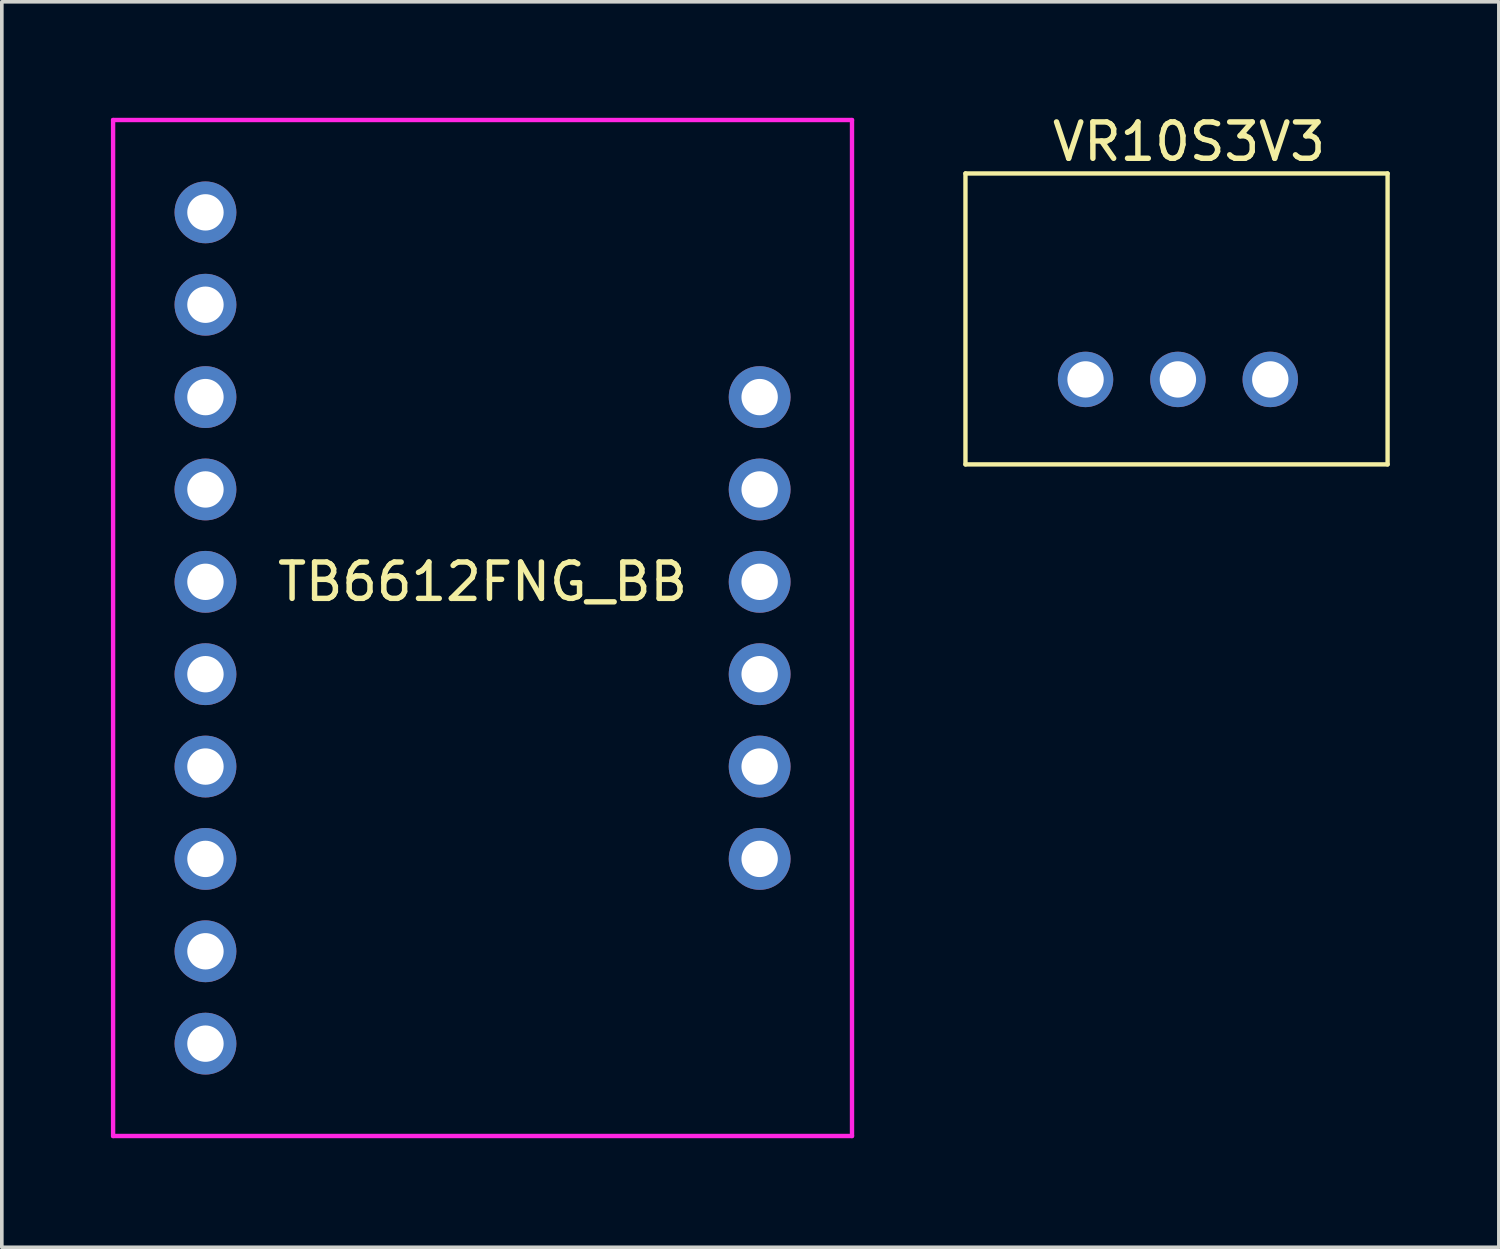
<source format=kicad_pcb>
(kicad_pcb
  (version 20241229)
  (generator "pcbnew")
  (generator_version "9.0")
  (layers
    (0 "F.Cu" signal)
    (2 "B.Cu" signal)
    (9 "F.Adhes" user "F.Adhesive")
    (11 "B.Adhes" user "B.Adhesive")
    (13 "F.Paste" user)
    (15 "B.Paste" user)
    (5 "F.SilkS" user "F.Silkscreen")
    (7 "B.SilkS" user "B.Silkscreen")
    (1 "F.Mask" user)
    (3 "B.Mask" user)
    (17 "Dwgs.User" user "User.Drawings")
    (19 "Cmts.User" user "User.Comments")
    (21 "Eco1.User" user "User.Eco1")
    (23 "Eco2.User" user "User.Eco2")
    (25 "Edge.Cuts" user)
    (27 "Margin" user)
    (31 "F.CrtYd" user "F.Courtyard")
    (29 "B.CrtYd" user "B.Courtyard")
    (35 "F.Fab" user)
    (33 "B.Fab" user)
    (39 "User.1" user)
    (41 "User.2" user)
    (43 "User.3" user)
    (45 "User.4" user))
  (footprint "TB6612FNG_BB"
    (layer "F.Cu")
    (at 10.22 0.25)
    (property "Reference" "TB6612FNG_BB" (at 0 12.7 0) (layer "F.SilkS") (effects (font (size 1 1) (thickness 0.15))))
    (attr through_hole)
    (fp_line (start -10.16 0) (end -10.16 27.94) (stroke (width 0.12) (type solid)) (layer "F.CrtYd"))
    (fp_line (start -10.16 27.94) (end 10.16 27.94) (stroke (width 0.12) (type solid)) (layer "F.CrtYd"))
    (fp_line (start 10.16 0) (end -10.16 0) (stroke (width 0.12) (type solid)) (layer "F.CrtYd"))
    (fp_line (start 10.16 27.94) (end 10.16 0) (stroke (width 0.12) (type solid)) (layer "F.CrtYd"))
    (pad "1" thru_hole oval (at -7.62 2.54) (size 1.7 1.7) (drill 1) (layers "*.Cu" "*.Mask"))
    (pad "2" thru_hole oval (at -7.62 5.08) (size 1.7 1.7) (drill 1) (layers "*.Cu" "*.Mask"))
    (pad "3" thru_hole oval (at -7.62 7.62) (size 1.7 1.7) (drill 1) (layers "*.Cu" "*.Mask"))
    (pad "4" thru_hole oval (at -7.62 10.16) (size 1.7 1.7) (drill 1) (layers "*.Cu" "*.Mask"))
    (pad "5" thru_hole oval (at -7.62 12.7) (size 1.7 1.7) (drill 1) (layers "*.Cu" "*.Mask"))
    (pad "6" thru_hole oval (at -7.62 15.24) (size 1.7 1.7) (drill 1) (layers "*.Cu" "*.Mask"))
    (pad "7" thru_hole oval (at -7.62 17.78) (size 1.7 1.7) (drill 1) (layers "*.Cu" "*.Mask"))
    (pad "8" thru_hole oval (at -7.62 20.32) (size 1.7 1.7) (drill 1) (layers "*.Cu" "*.Mask"))
    (pad "9" thru_hole oval (at -7.62 22.86) (size 1.7 1.7) (drill 1) (layers "*.Cu" "*.Mask"))
    (pad "10" thru_hole oval (at -7.62 25.4) (size 1.7 1.7) (drill 1) (layers "*.Cu" "*.Mask"))
    (pad "11" thru_hole oval (at 7.62 7.62) (size 1.7 1.7) (drill 1) (layers "*.Cu" "*.Mask"))
    (pad "12" thru_hole oval (at 7.62 10.16) (size 1.7 1.7) (drill 1) (layers "*.Cu" "*.Mask"))
    (pad "13" thru_hole oval (at 7.62 12.7) (size 1.7 1.7) (drill 1) (layers "*.Cu" "*.Mask"))
    (pad "14" thru_hole oval (at 7.62 15.24) (size 1.7 1.7) (drill 1) (layers "*.Cu" "*.Mask"))
    (pad "15" thru_hole oval (at 7.62 17.78) (size 1.7 1.7) (drill 1) (layers "*.Cu" "*.Mask"))
    (pad "16" thru_hole oval (at 7.62 20.32) (size 1.7 1.7) (drill 1) (layers "*.Cu" "*.Mask")))
  (footprint "VR10S3V3"
    (layer "F.Cu")
    (at 29.647 0.348)
    (property "Reference" "VR10S3V3" (at 0 0.5 0) (layer "F.SilkS") (effects (font (size 1 1) (thickness 0.15))))
    (attr through_hole)
    (fp_line (start -6.147 1.372) (end -6.147 9.373) (stroke (width 0.12) (type solid)) (layer "F.SilkS"))
    (fp_line (start -6.147 1.372) (end 5.461 1.372) (stroke (width 0.12) (type solid)) (layer "F.SilkS"))
    (fp_line (start -6.147 9.373) (end 5.461 9.373) (stroke (width 0.12) (type solid)) (layer "F.SilkS"))
    (fp_line (start 5.461 1.372) (end 5.461 9.373) (stroke (width 0.12) (type solid)) (layer "F.SilkS"))
    (pad "1" thru_hole circle (at -2.845 7.036) (size 1.524 1.524) (drill 1) (layers "*.Cu" "*.Mask"))
    (pad "2" thru_hole circle (at -0.305 7.036) (size 1.524 1.524) (drill 1) (layers "*.Cu" "*.Mask"))
    (pad "3" thru_hole circle (at 2.235 7.036) (size 1.524 1.524) (drill 1) (layers "*.Cu" "*.Mask")))
  (gr_rect
    (start -3 -3)
    (end 38.168 31.25)
    (stroke (width 0.1) (type default))
    (fill no)
    (layer "Edge.Cuts")))
</source>
